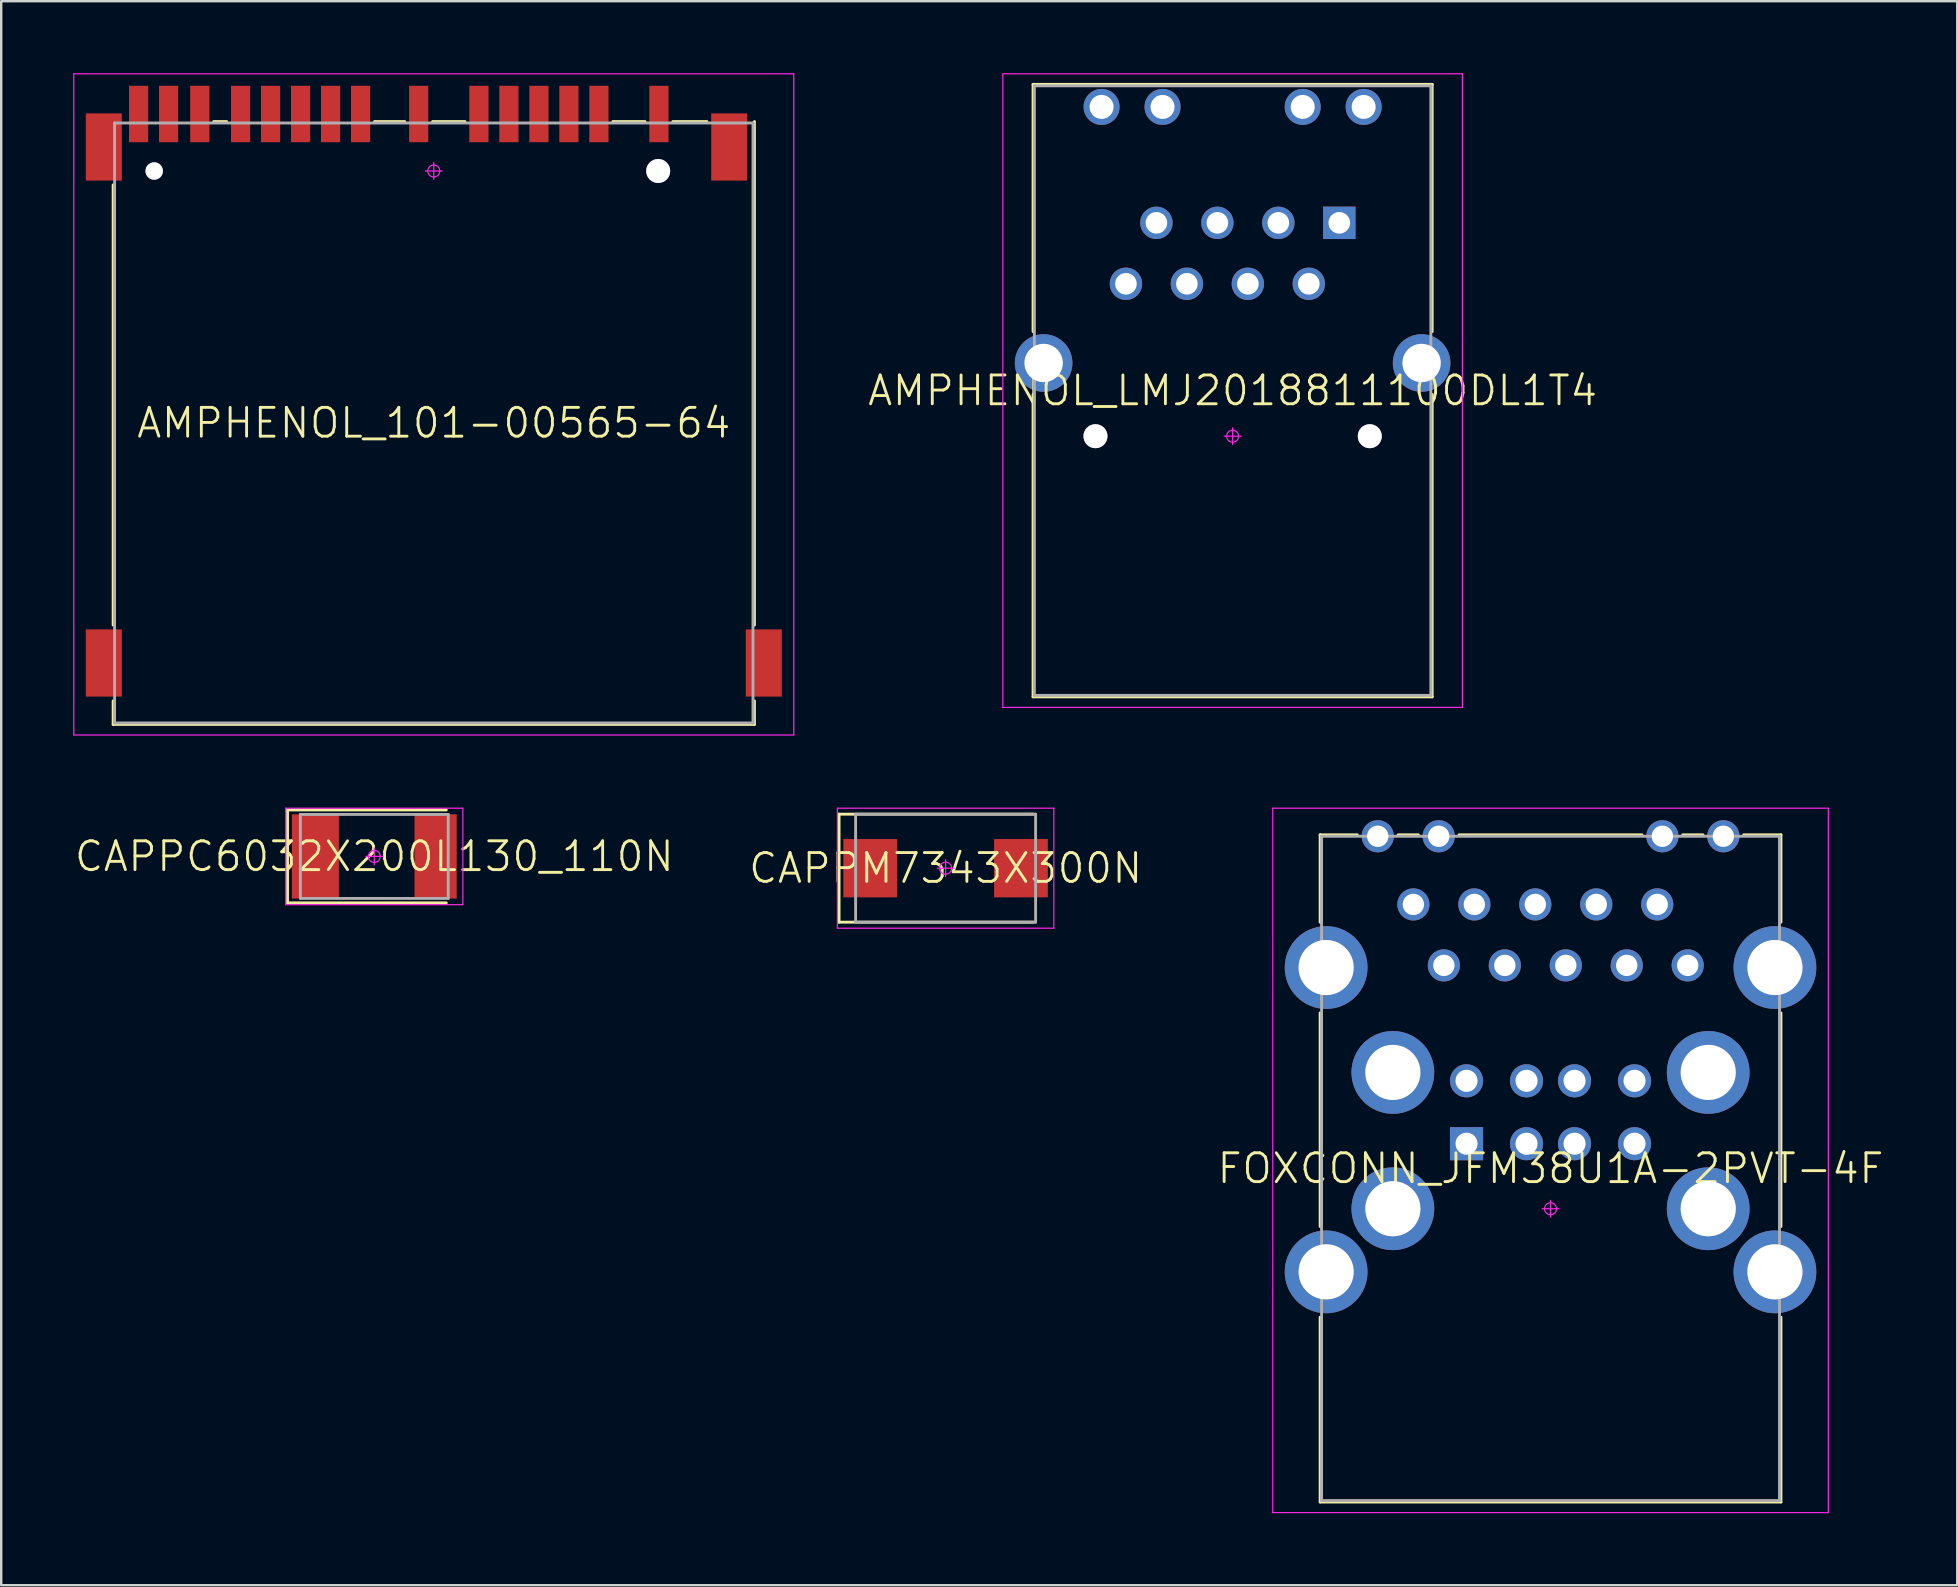
<source format=kicad_pcb>
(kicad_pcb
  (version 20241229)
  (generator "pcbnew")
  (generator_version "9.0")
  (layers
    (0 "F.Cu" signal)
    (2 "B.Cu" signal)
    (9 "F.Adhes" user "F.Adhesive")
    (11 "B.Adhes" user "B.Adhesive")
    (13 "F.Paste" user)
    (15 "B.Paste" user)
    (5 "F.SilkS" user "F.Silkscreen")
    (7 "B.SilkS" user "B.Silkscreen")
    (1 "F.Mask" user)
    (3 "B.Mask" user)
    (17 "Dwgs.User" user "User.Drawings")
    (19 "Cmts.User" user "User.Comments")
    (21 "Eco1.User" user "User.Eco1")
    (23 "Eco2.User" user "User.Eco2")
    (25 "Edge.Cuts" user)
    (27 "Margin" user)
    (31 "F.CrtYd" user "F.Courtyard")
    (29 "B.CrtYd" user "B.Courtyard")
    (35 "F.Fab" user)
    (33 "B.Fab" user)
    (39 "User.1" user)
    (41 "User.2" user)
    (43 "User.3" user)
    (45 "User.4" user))
  (footprint "AMPHENOL_101-00565-64"
    (layer "F.Cu")
    (at 15.025 4.075)
    (property "Reference" "AMPHENOL_101-00565-64" (at 0 10.5 0) (layer "F.SilkS") (effects (font (size 1.2 1.2) (thickness 0.12))))
    (attr through_hole)
    (fp_line (start -13.36 18.92) (end -13.36 0.58) (stroke (width 0.12) (type solid)) (layer "F.SilkS"))
    (fp_line (start -13.36 23.06) (end -13.36 22.08) (stroke (width 0.12) (type solid)) (layer "F.SilkS"))
    (fp_line (start -9.17 -2.06) (end -8.63 -2.06) (stroke (width 0.12) (type solid)) (layer "F.SilkS"))
    (fp_line (start -2.47 -2.06) (end -1.21 -2.06) (stroke (width 0.12) (type solid)) (layer "F.SilkS"))
    (fp_line (start -0.05 -2.06) (end 1.3 -2.06) (stroke (width 0.12) (type solid)) (layer "F.SilkS"))
    (fp_line (start 7.46 -2.06) (end 8.8 -2.06) (stroke (width 0.12) (type solid)) (layer "F.SilkS"))
    (fp_line (start 9.96 -2.06) (end 11.38 -2.06) (stroke (width 0.12) (type solid)) (layer "F.SilkS"))
    (fp_line (start 13.36 -2.06) (end 13.36 18.92) (stroke (width 0.12) (type solid)) (layer "F.SilkS"))
    (fp_line (start 13.36 22.08) (end 13.36 23.06) (stroke (width 0.12) (type solid)) (layer "F.SilkS"))
    (fp_line (start 13.36 23.06) (end -13.36 23.06) (stroke (width 0.12) (type solid)) (layer "F.SilkS"))
    (fp_line (start -15 -4.05) (end 15 -4.05) (stroke (width 0.05) (type solid)) (layer "F.CrtYd"))
    (fp_line (start -15 23.5) (end -15 -4.05) (stroke (width 0.05) (type solid)) (layer "F.CrtYd"))
    (fp_line (start 0 -0.35) (end 0 0.35) (stroke (width 0.05) (type solid)) (layer "F.CrtYd"))
    (fp_line (start 0.35 0) (end -0.35 0) (stroke (width 0.05) (type solid)) (layer "F.CrtYd"))
    (fp_line (start 15 -4.05) (end 15 23.5) (stroke (width 0.05) (type solid)) (layer "F.CrtYd"))
    (fp_line (start 15 23.5) (end -15 23.5) (stroke (width 0.05) (type solid)) (layer "F.CrtYd"))
    (fp_circle (center 0 0) (end 0 0.25) (stroke (width 0.05) (type solid)) (fill no) (layer "F.CrtYd"))
    (fp_line (start -13.3 -2) (end 13.3 -2) (stroke (width 0.12) (type solid)) (layer "F.Fab"))
    (fp_line (start -13.3 23) (end -13.3 -2) (stroke (width 0.12) (type solid)) (layer "F.Fab"))
    (fp_line (start 13.3 -2) (end 13.3 23) (stroke (width 0.12) (type solid)) (layer "F.Fab"))
    (fp_line (start 13.3 23) (end -13.3 23) (stroke (width 0.12) (type solid)) (layer "F.Fab"))
    (pad "1" smd rect (at -12.3 -2.375) (size 0.8 2.35) (layers "F.Cu" "F.Mask" "F.Paste"))
    (pad "2" smd rect (at -11.05 -2.375) (size 0.8 2.35) (layers "F.Cu" "F.Mask" "F.Paste"))
    (pad "3" smd rect (at -9.75 -2.375) (size 0.8 2.35) (layers "F.Cu" "F.Mask" "F.Paste"))
    (pad "4" smd rect (at -8.05 -2.375) (size 0.8 2.35) (layers "F.Cu" "F.Mask" "F.Paste"))
    (pad "5" smd rect (at -6.8 -2.375) (size 0.8 2.35) (layers "F.Cu" "F.Mask" "F.Paste"))
    (pad "6" smd rect (at -5.55 -2.375) (size 0.8 2.35) (layers "F.Cu" "F.Mask" "F.Paste"))
    (pad "7" smd rect (at -4.3 -2.375) (size 0.8 2.35) (layers "F.Cu" "F.Mask" "F.Paste"))
    (pad "8" smd rect (at -3.05 -2.375) (size 0.8 2.35) (layers "F.Cu" "F.Mask" "F.Paste"))
    (pad "9" smd rect (at -0.63 -2.375) (size 0.8 2.35) (layers "F.Cu" "F.Mask" "F.Paste"))
    (pad "10" smd rect (at 1.88 -2.375) (size 0.8 2.35) (layers "F.Cu" "F.Mask" "F.Paste"))
    (pad "11" smd rect (at 3.13 -2.375) (size 0.8 2.35) (layers "F.Cu" "F.Mask" "F.Paste"))
    (pad "12" smd rect (at 4.38 -2.375) (size 0.8 2.35) (layers "F.Cu" "F.Mask" "F.Paste"))
    (pad "13" smd rect (at 5.63 -2.375) (size 0.8 2.35) (layers "F.Cu" "F.Mask" "F.Paste"))
    (pad "14" smd rect (at 6.88 -2.375) (size 0.8 2.35) (layers "F.Cu" "F.Mask" "F.Paste"))
    (pad "15" smd rect (at 9.38 -2.375) (size 0.8 2.35) (layers "F.Cu" "F.Mask" "F.Paste"))
    (pad "16" smd rect (at -13.75 -1) (size 1.5 2.8) (layers "F.Cu" "F.Mask" "F.Paste"))
    (pad "17" smd rect (at 12.31 -1) (size 1.5 2.8) (layers "F.Cu" "F.Mask" "F.Paste"))
    (pad "18" smd rect (at -13.75 20.5) (size 1.5 2.8) (layers "F.Cu" "F.Mask" "F.Paste"))
    (pad "19" smd rect (at 13.75 20.5) (size 1.5 2.8) (layers "F.Cu" "F.Mask" "F.Paste"))
    (pad "20" thru_hole circle (at -11.65 0) (size 0.725 0.725) (drill 1.45) (layers "*.Cu" "*.Mask"))
    (pad "21" thru_hole circle (at 9.35 0) (size 1 1) (drill 2.2) (layers "*.Cu" "*.Mask")))
  (footprint "FOXCONN_JFM38U1A-2PVT-4F"
    (layer "F.Cu")
    (at 61.557 47.315)
    (property "Reference" "FOXCONN_JFM38U1A-2PVT-4F" (at 0 -1.68 0) (layer "F.SilkS") (effects (font (size 1.2 1.2) (thickness 0.12))))
    (attr through_hole)
    (fp_line (start -9.6 -15.58) (end -8.048 -15.58) (stroke (width 0.12) (type solid)) (layer "F.SilkS"))
    (fp_line (start -9.6 -11.939) (end -9.6 -15.58) (stroke (width 0.12) (type solid)) (layer "F.SilkS"))
    (fp_line (start -9.6 0.741) (end -9.6 -8.161) (stroke (width 0.12) (type solid)) (layer "F.SilkS"))
    (fp_line (start -9.6 12.22) (end -9.6 4.519) (stroke (width 0.12) (type solid)) (layer "F.SilkS"))
    (fp_line (start -6.352 -15.58) (end -5.508 -15.58) (stroke (width 0.12) (type solid)) (layer "F.SilkS"))
    (fp_line (start -3.812 -15.58) (end 3.812 -15.58) (stroke (width 0.12) (type solid)) (layer "F.SilkS"))
    (fp_line (start 5.508 -15.58) (end 6.352 -15.58) (stroke (width 0.12) (type solid)) (layer "F.SilkS"))
    (fp_line (start 8.048 -15.58) (end 9.6 -15.58) (stroke (width 0.12) (type solid)) (layer "F.SilkS"))
    (fp_line (start 9.6 -15.58) (end 9.6 -11.939) (stroke (width 0.12) (type solid)) (layer "F.SilkS"))
    (fp_line (start 9.6 0.741) (end 9.6 -8.161) (stroke (width 0.12) (type solid)) (layer "F.SilkS"))
    (fp_line (start 9.6 4.519) (end 9.6 12.22) (stroke (width 0.12) (type solid)) (layer "F.SilkS"))
    (fp_line (start 9.6 12.22) (end -9.6 12.22) (stroke (width 0.12) (type solid)) (layer "F.SilkS"))
    (fp_line (start -11.575 -16.69) (end 11.575 -16.69) (stroke (width 0.05) (type solid)) (layer "F.CrtYd"))
    (fp_line (start -11.575 12.66) (end -11.575 -16.69) (stroke (width 0.05) (type solid)) (layer "F.CrtYd"))
    (fp_line (start 0 -0.35) (end 0 0.35) (stroke (width 0.05) (type solid)) (layer "F.CrtYd"))
    (fp_line (start 0.35 0) (end -0.35 0) (stroke (width 0.05) (type solid)) (layer "F.CrtYd"))
    (fp_line (start 11.575 -16.69) (end 11.575 12.66) (stroke (width 0.05) (type solid)) (layer "F.CrtYd"))
    (fp_line (start 11.575 12.66) (end -11.575 12.66) (stroke (width 0.05) (type solid)) (layer "F.CrtYd"))
    (fp_circle (center 0 0) (end 0 0.25) (stroke (width 0.05) (type solid)) (fill no) (layer "F.CrtYd"))
    (fp_line (start -9.54 -15.52) (end 9.54 -15.52) (stroke (width 0.12) (type solid)) (layer "F.Fab"))
    (fp_line (start -9.54 12.16) (end -9.54 -15.52) (stroke (width 0.12) (type solid)) (layer "F.Fab"))
    (fp_line (start 9.54 -15.52) (end 9.54 12.16) (stroke (width 0.12) (type solid)) (layer "F.Fab"))
    (fp_line (start 9.54 12.16) (end -9.54 12.16) (stroke (width 0.12) (type solid)) (layer "F.Fab"))
    (pad "1" thru_hole rect (at -3.5 -2.71) (size 1.38 1.38) (drill 0.92) (layers "*.Cu" "*.Mask"))
    (pad "2" thru_hole circle (at -1 -2.71) (size 1.38 1.38) (drill 0.92) (layers "*.Cu" "*.Mask"))
    (pad "3" thru_hole circle (at 1 -2.71) (size 1.38 1.38) (drill 0.92) (layers "*.Cu" "*.Mask"))
    (pad "4" thru_hole circle (at 3.5 -2.71) (size 1.38 1.38) (drill 0.92) (layers "*.Cu" "*.Mask"))
    (pad "5" thru_hole circle (at -3.5 -5.33) (size 1.38 1.38) (drill 0.92) (layers "*.Cu" "*.Mask"))
    (pad "6" thru_hole circle (at -1 -5.33) (size 1.38 1.38) (drill 0.92) (layers "*.Cu" "*.Mask"))
    (pad "7" thru_hole circle (at 1 -5.33) (size 1.38 1.38) (drill 0.92) (layers "*.Cu" "*.Mask"))
    (pad "8" thru_hole circle (at 3.5 -5.33) (size 1.38 1.38) (drill 0.92) (layers "*.Cu" "*.Mask"))
    (pad "9" thru_hole circle (at 5.715 -10.14) (size 1.34 1.34) (drill 0.89) (layers "*.Cu" "*.Mask"))
    (pad "10" thru_hole circle (at 4.445 -12.68) (size 1.34 1.34) (drill 0.89) (layers "*.Cu" "*.Mask"))
    (pad "11" thru_hole circle (at 3.175 -10.14) (size 1.34 1.34) (drill 0.89) (layers "*.Cu" "*.Mask"))
    (pad "12" thru_hole circle (at 1.905 -12.68) (size 1.34 1.34) (drill 0.89) (layers "*.Cu" "*.Mask"))
    (pad "13" thru_hole circle (at 0.635 -10.14) (size 1.34 1.34) (drill 0.89) (layers "*.Cu" "*.Mask"))
    (pad "14" thru_hole circle (at -0.635 -12.68) (size 1.34 1.34) (drill 0.89) (layers "*.Cu" "*.Mask"))
    (pad "15" thru_hole circle (at -1.905 -10.14) (size 1.34 1.34) (drill 0.89) (layers "*.Cu" "*.Mask"))
    (pad "16" thru_hole circle (at -3.175 -12.68) (size 1.34 1.34) (drill 0.89) (layers "*.Cu" "*.Mask"))
    (pad "17" thru_hole circle (at -4.445 -10.14) (size 1.34 1.34) (drill 0.89) (layers "*.Cu" "*.Mask"))
    (pad "18" thru_hole circle (at -5.715 -12.68) (size 1.34 1.34) (drill 0.89) (layers "*.Cu" "*.Mask"))
    (pad "19" thru_hole circle (at -7.2 -15.52) (size 1.34 1.34) (drill 0.89) (layers "*.Cu" "*.Mask"))
    (pad "20" thru_hole circle (at -4.66 -15.52) (size 1.34 1.34) (drill 0.89) (layers "*.Cu" "*.Mask"))
    (pad "21" thru_hole circle (at 4.66 -15.52) (size 1.34 1.34) (drill 0.89) (layers "*.Cu" "*.Mask"))
    (pad "22" thru_hole circle (at 7.2 -15.52) (size 1.34 1.34) (drill 0.89) (layers "*.Cu" "*.Mask"))
    (pad "23" thru_hole circle (at -9.35 2.63) (size 3.45 3.45) (drill 2.3) (layers "*.Cu" "*.Mask"))
    (pad "24" thru_hole circle (at 9.35 2.63) (size 3.45 3.45) (drill 2.3) (layers "*.Cu" "*.Mask"))
    (pad "25" thru_hole circle (at -9.35 -10.05) (size 3.45 3.45) (drill 2.3) (layers "*.Cu" "*.Mask"))
    (pad "26" thru_hole circle (at 9.35 -10.05) (size 3.45 3.45) (drill 2.3) (layers "*.Cu" "*.Mask"))
    (pad "27" thru_hole circle (at -6.57 0) (size 3.45 3.45) (drill 2.3) (layers "*.Cu" "*.Mask"))
    (pad "28" thru_hole circle (at 6.57 0) (size 3.45 3.45) (drill 2.3) (layers "*.Cu" "*.Mask"))
    (pad "29" thru_hole circle (at -6.57 -5.68) (size 3.45 3.45) (drill 2.3) (layers "*.Cu" "*.Mask"))
    (pad "30" thru_hole circle (at 6.57 -5.68) (size 3.45 3.45) (drill 2.3) (layers "*.Cu" "*.Mask")))
  (footprint "AMPHENOL_LMJ2018811100DL1T4"
    (layer "F.Cu")
    (at 48.31 15.125)
    (property "Reference" "AMPHENOL_LMJ2018811100DL1T4" (at 0 -1.9 0) (layer "F.SilkS") (effects (font (size 1.2 1.2) (thickness 0.12))))
    (attr through_hole)
    (fp_line (start -8.315 -14.66) (end 8.315 -14.66) (stroke (width 0.12) (type solid)) (layer "F.SilkS"))
    (fp_line (start -8.315 -4.358) (end -8.315 -14.66) (stroke (width 0.12) (type solid)) (layer "F.SilkS"))
    (fp_line (start -8.315 10.86) (end -8.315 -1.742) (stroke (width 0.12) (type solid)) (layer "F.SilkS"))
    (fp_line (start 8.315 -14.66) (end 8.315 -4.358) (stroke (width 0.12) (type solid)) (layer "F.SilkS"))
    (fp_line (start 8.315 -1.742) (end 8.315 10.86) (stroke (width 0.12) (type solid)) (layer "F.SilkS"))
    (fp_line (start 8.315 10.86) (end -8.315 10.86) (stroke (width 0.12) (type solid)) (layer "F.SilkS"))
    (fp_line (start -9.575 -15.1) (end 9.575 -15.1) (stroke (width 0.05) (type solid)) (layer "F.CrtYd"))
    (fp_line (start -9.575 11.3) (end -9.575 -15.1) (stroke (width 0.05) (type solid)) (layer "F.CrtYd"))
    (fp_line (start 0 -0.35) (end 0 0.35) (stroke (width 0.05) (type solid)) (layer "F.CrtYd"))
    (fp_line (start 0.35 0) (end -0.35 0) (stroke (width 0.05) (type solid)) (layer "F.CrtYd"))
    (fp_line (start 9.575 -15.1) (end 9.575 11.3) (stroke (width 0.05) (type solid)) (layer "F.CrtYd"))
    (fp_line (start 9.575 11.3) (end -9.575 11.3) (stroke (width 0.05) (type solid)) (layer "F.CrtYd"))
    (fp_circle (center 0 0) (end 0 0.25) (stroke (width 0.05) (type solid)) (fill no) (layer "F.CrtYd"))
    (fp_line (start -8.26 -14.6) (end 8.26 -14.6) (stroke (width 0.12) (type solid)) (layer "F.Fab"))
    (fp_line (start -8.26 10.8) (end -8.26 -14.6) (stroke (width 0.12) (type solid)) (layer "F.Fab"))
    (fp_line (start 8.26 -14.6) (end 8.26 10.8) (stroke (width 0.12) (type solid)) (layer "F.Fab"))
    (fp_line (start 8.26 10.8) (end -8.26 10.8) (stroke (width 0.12) (type solid)) (layer "F.Fab"))
    (pad "1" thru_hole rect (at 4.445 -8.89) (size 1.35 1.35) (drill 0.9) (layers "*.Cu" "*.Mask"))
    (pad "2" thru_hole circle (at 3.175 -6.35) (size 1.35 1.35) (drill 0.9) (layers "*.Cu" "*.Mask"))
    (pad "3" thru_hole circle (at 1.905 -8.89) (size 1.35 1.35) (drill 0.9) (layers "*.Cu" "*.Mask"))
    (pad "4" thru_hole circle (at 0.635 -6.35) (size 1.35 1.35) (drill 0.9) (layers "*.Cu" "*.Mask"))
    (pad "5" thru_hole circle (at -0.635 -8.89) (size 1.35 1.35) (drill 0.9) (layers "*.Cu" "*.Mask"))
    (pad "6" thru_hole circle (at -1.905 -6.35) (size 1.35 1.35) (drill 0.9) (layers "*.Cu" "*.Mask"))
    (pad "7" thru_hole circle (at -3.175 -8.89) (size 1.35 1.35) (drill 0.9) (layers "*.Cu" "*.Mask"))
    (pad "8" thru_hole circle (at -4.445 -6.35) (size 1.35 1.35) (drill 0.9) (layers "*.Cu" "*.Mask"))
    (pad "9" thru_hole circle (at -5.46 -13.72) (size 1.5 1.5) (drill 1) (layers "*.Cu" "*.Mask"))
    (pad "10" thru_hole circle (at -2.92 -13.72) (size 1.5 1.5) (drill 1) (layers "*.Cu" "*.Mask"))
    (pad "11" thru_hole circle (at 2.92 -13.72) (size 1.5 1.5) (drill 1) (layers "*.Cu" "*.Mask"))
    (pad "12" thru_hole circle (at 5.46 -13.72) (size 1.5 1.5) (drill 1) (layers "*.Cu" "*.Mask"))
    (pad "13" thru_hole circle (at -7.875 -3.05) (size 2.4 2.4) (drill 1.6) (layers "*.Cu" "*.Mask"))
    (pad "14" thru_hole circle (at 7.875 -3.05) (size 2.4 2.4) (drill 1.6) (layers "*.Cu" "*.Mask"))
    (pad "15" thru_hole circle (at -5.715 0) (size 1 1) (drill 3.25) (layers "*.Cu" "*.Mask"))
    (pad "16" thru_hole circle (at 5.715 0) (size 1 1) (drill 3.25) (layers "*.Cu" "*.Mask")))
  (footprint "CAPPM7343X300N"
    (layer "F.Cu")
    (at 36.351 33.125)
    (property "Reference" "CAPPM7343X300N" (at 0 0 0) (layer "F.SilkS") (effects (font (size 1.2 1.2) (thickness 0.12))))
    (attr smd)
    (fp_line (start -4.44 -2.25) (end -4.44 2.25) (stroke (width 0.12) (type solid)) (layer "F.SilkS"))
    (fp_line (start -4.44 2.25) (end 3.65 2.25) (stroke (width 0.12) (type solid)) (layer "F.SilkS"))
    (fp_line (start 3.65 -2.25) (end -4.44 -2.25) (stroke (width 0.12) (type solid)) (layer "F.SilkS"))
    (fp_line (start -4.51 -2.5) (end 4.51 -2.5) (stroke (width 0.05) (type solid)) (layer "F.CrtYd"))
    (fp_line (start -4.51 2.5) (end -4.51 -2.5) (stroke (width 0.05) (type solid)) (layer "F.CrtYd"))
    (fp_line (start 0 -0.35) (end 0 0.35) (stroke (width 0.05) (type solid)) (layer "F.CrtYd"))
    (fp_line (start 0.35 0) (end -0.35 0) (stroke (width 0.05) (type solid)) (layer "F.CrtYd"))
    (fp_line (start 4.51 -2.5) (end 4.51 2.5) (stroke (width 0.05) (type solid)) (layer "F.CrtYd"))
    (fp_line (start 4.51 2.5) (end -4.51 2.5) (stroke (width 0.05) (type solid)) (layer "F.CrtYd"))
    (fp_circle (center 0 0) (end 0 0.25) (stroke (width 0.05) (type solid)) (fill no) (layer "F.CrtYd"))
    (fp_line (start -3.75 -2.25) (end 3.75 -2.25) (stroke (width 0.12) (type solid)) (layer "F.Fab"))
    (fp_line (start -3.75 2.25) (end -3.75 -2.25) (stroke (width 0.12) (type solid)) (layer "F.Fab"))
    (fp_line (start 3.75 -2.25) (end 3.75 2.25) (stroke (width 0.12) (type solid)) (layer "F.Fab"))
    (fp_line (start 3.75 2.25) (end -3.75 2.25) (stroke (width 0.12) (type solid)) (layer "F.Fab"))
    (pad "1" smd rect (at -3.14 0) (size 2.24 2.43) (layers "F.Cu" "F.Mask" "F.Paste"))
    (pad "2" smd rect (at 3.14 0) (size 2.24 2.43) (layers "F.Cu" "F.Mask" "F.Paste")))
  (footprint "CAPPC6032X200L130_110N"
    (layer "F.Cu")
    (at 12.546 32.635)
    (property "Reference" "CAPPC6032X200L130_110N" (at 0 0 0) (layer "F.SilkS") (effects (font (size 1.2 1.2) (thickness 0.12))))
    (attr smd)
    (fp_line (start -3.615 -1.935) (end -3.615 1.935) (stroke (width 0.12) (type solid)) (layer "F.SilkS"))
    (fp_line (start -3.615 1.935) (end 3 1.935) (stroke (width 0.12) (type solid)) (layer "F.SilkS"))
    (fp_line (start 3 -1.935) (end -3.615 -1.935) (stroke (width 0.12) (type solid)) (layer "F.SilkS"))
    (fp_line (start -3.69 -2.01) (end 3.69 -2.01) (stroke (width 0.05) (type solid)) (layer "F.CrtYd"))
    (fp_line (start -3.69 2.01) (end -3.69 -2.01) (stroke (width 0.05) (type solid)) (layer "F.CrtYd"))
    (fp_line (start 0 -0.35) (end 0 0.35) (stroke (width 0.05) (type solid)) (layer "F.CrtYd"))
    (fp_line (start 0.35 0) (end -0.35 0) (stroke (width 0.05) (type solid)) (layer "F.CrtYd"))
    (fp_line (start 3.69 -2.01) (end 3.69 2.01) (stroke (width 0.05) (type solid)) (layer "F.CrtYd"))
    (fp_line (start 3.69 2.01) (end -3.69 2.01) (stroke (width 0.05) (type solid)) (layer "F.CrtYd"))
    (fp_circle (center 0 0) (end 0 0.25) (stroke (width 0.05) (type solid)) (fill no) (layer "F.CrtYd"))
    (fp_line (start -3.08 -1.75) (end 3.08 -1.75) (stroke (width 0.12) (type solid)) (layer "F.Fab"))
    (fp_line (start -3.08 1.75) (end -3.08 -1.75) (stroke (width 0.12) (type solid)) (layer "F.Fab"))
    (fp_line (start 3.08 -1.75) (end 3.08 1.75) (stroke (width 0.12) (type solid)) (layer "F.Fab"))
    (fp_line (start 3.08 1.75) (end -3.08 1.75) (stroke (width 0.12) (type solid)) (layer "F.Fab"))
    (pad "1" smd rect (at -2.455 0) (size 1.96 3.51) (layers "F.Cu" "F.Mask" "F.Paste"))
    (pad "2" smd rect (at 2.555 0) (size 1.76 3.51) (layers "F.Cu" "F.Mask" "F.Paste")))
  (gr_rect
    (start -3 -3)
    (end 78.503 63)
    (stroke (width 0.1) (type default))
    (fill no)
    (layer "Edge.Cuts")))
</source>
